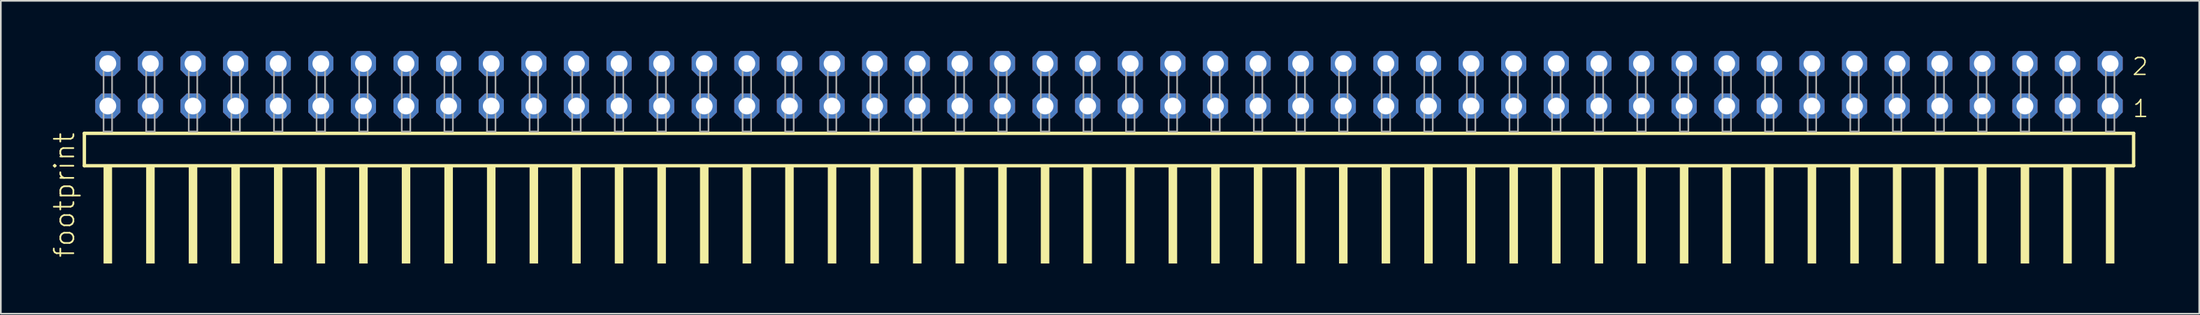
<source format=kicad_pcb>
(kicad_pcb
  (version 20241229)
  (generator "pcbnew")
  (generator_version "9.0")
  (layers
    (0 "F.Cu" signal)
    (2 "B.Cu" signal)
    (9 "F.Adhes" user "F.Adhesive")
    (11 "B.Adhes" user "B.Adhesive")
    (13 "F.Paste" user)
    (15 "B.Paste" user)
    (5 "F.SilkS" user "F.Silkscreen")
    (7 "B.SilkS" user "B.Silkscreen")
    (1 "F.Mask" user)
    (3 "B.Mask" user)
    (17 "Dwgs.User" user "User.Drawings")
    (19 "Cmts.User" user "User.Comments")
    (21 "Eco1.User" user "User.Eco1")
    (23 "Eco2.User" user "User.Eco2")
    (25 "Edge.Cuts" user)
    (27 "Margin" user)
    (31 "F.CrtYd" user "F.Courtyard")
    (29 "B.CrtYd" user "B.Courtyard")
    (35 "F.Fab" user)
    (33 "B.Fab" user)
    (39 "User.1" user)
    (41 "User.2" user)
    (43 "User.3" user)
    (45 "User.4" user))
  (footprint "footprint"
    (layer "F.Cu")
    (at 63.068 4.814)
    (property "Reference" "footprint" (at -61.595 7.62 90) (layer "F.SilkS") (effects (font (size 1.168 1.168) (thickness 0.102)) (justify left bottom)))
    (fp_line (start -61.089 0.106) (end -61.089 2.046) (stroke (width 0.203) (type solid)) (layer "F.SilkS"))
    (fp_line (start -61.089 2.046) (end 61.089 2.046) (stroke (width 0.203) (type solid)) (layer "F.SilkS"))
    (fp_line (start 61.089 0.106) (end -61.089 0.106) (stroke (width 0.203) (type solid)) (layer "F.SilkS"))
    (fp_line (start 61.089 2.046) (end 61.089 0.106) (stroke (width 0.203) (type solid)) (layer "F.SilkS"))
    (fp_poly (pts (xy -59.944 7.89) (xy -59.436 7.89) (xy -59.436 2.04) (xy -59.944 2.04)) (stroke (width 0) (type solid)) (fill yes) (layer "F.SilkS"))
    (fp_poly (pts (xy -57.404 7.89) (xy -56.896 7.89) (xy -56.896 2.04) (xy -57.404 2.04)) (stroke (width 0) (type solid)) (fill yes) (layer "F.SilkS"))
    (fp_poly (pts (xy -54.864 7.89) (xy -54.356 7.89) (xy -54.356 2.04) (xy -54.864 2.04)) (stroke (width 0) (type solid)) (fill yes) (layer "F.SilkS"))
    (fp_poly (pts (xy -52.324 7.89) (xy -51.816 7.89) (xy -51.816 2.04) (xy -52.324 2.04)) (stroke (width 0) (type solid)) (fill yes) (layer "F.SilkS"))
    (fp_poly (pts (xy -49.784 7.89) (xy -49.276 7.89) (xy -49.276 2.04) (xy -49.784 2.04)) (stroke (width 0) (type solid)) (fill yes) (layer "F.SilkS"))
    (fp_poly (pts (xy -47.244 7.89) (xy -46.736 7.89) (xy -46.736 2.04) (xy -47.244 2.04)) (stroke (width 0) (type solid)) (fill yes) (layer "F.SilkS"))
    (fp_poly (pts (xy -44.704 7.89) (xy -44.196 7.89) (xy -44.196 2.04) (xy -44.704 2.04)) (stroke (width 0) (type solid)) (fill yes) (layer "F.SilkS"))
    (fp_poly (pts (xy -42.164 7.89) (xy -41.656 7.89) (xy -41.656 2.04) (xy -42.164 2.04)) (stroke (width 0) (type solid)) (fill yes) (layer "F.SilkS"))
    (fp_poly (pts (xy -39.624 7.89) (xy -39.116 7.89) (xy -39.116 2.04) (xy -39.624 2.04)) (stroke (width 0) (type solid)) (fill yes) (layer "F.SilkS"))
    (fp_poly (pts (xy -37.084 7.89) (xy -36.576 7.89) (xy -36.576 2.04) (xy -37.084 2.04)) (stroke (width 0) (type solid)) (fill yes) (layer "F.SilkS"))
    (fp_poly (pts (xy -34.544 7.89) (xy -34.036 7.89) (xy -34.036 2.04) (xy -34.544 2.04)) (stroke (width 0) (type solid)) (fill yes) (layer "F.SilkS"))
    (fp_poly (pts (xy -32.004 7.89) (xy -31.496 7.89) (xy -31.496 2.04) (xy -32.004 2.04)) (stroke (width 0) (type solid)) (fill yes) (layer "F.SilkS"))
    (fp_poly (pts (xy -29.464 7.89) (xy -28.956 7.89) (xy -28.956 2.04) (xy -29.464 2.04)) (stroke (width 0) (type solid)) (fill yes) (layer "F.SilkS"))
    (fp_poly (pts (xy -26.924 7.89) (xy -26.416 7.89) (xy -26.416 2.04) (xy -26.924 2.04)) (stroke (width 0) (type solid)) (fill yes) (layer "F.SilkS"))
    (fp_poly (pts (xy -24.384 7.89) (xy -23.876 7.89) (xy -23.876 2.04) (xy -24.384 2.04)) (stroke (width 0) (type solid)) (fill yes) (layer "F.SilkS"))
    (fp_poly (pts (xy -21.844 7.89) (xy -21.336 7.89) (xy -21.336 2.04) (xy -21.844 2.04)) (stroke (width 0) (type solid)) (fill yes) (layer "F.SilkS"))
    (fp_poly (pts (xy -19.304 7.89) (xy -18.796 7.89) (xy -18.796 2.04) (xy -19.304 2.04)) (stroke (width 0) (type solid)) (fill yes) (layer "F.SilkS"))
    (fp_poly (pts (xy -16.764 7.89) (xy -16.256 7.89) (xy -16.256 2.04) (xy -16.764 2.04)) (stroke (width 0) (type solid)) (fill yes) (layer "F.SilkS"))
    (fp_poly (pts (xy -14.224 7.89) (xy -13.716 7.89) (xy -13.716 2.04) (xy -14.224 2.04)) (stroke (width 0) (type solid)) (fill yes) (layer "F.SilkS"))
    (fp_poly (pts (xy -11.684 7.89) (xy -11.176 7.89) (xy -11.176 2.04) (xy -11.684 2.04)) (stroke (width 0) (type solid)) (fill yes) (layer "F.SilkS"))
    (fp_poly (pts (xy -9.144 7.89) (xy -8.636 7.89) (xy -8.636 2.04) (xy -9.144 2.04)) (stroke (width 0) (type solid)) (fill yes) (layer "F.SilkS"))
    (fp_poly (pts (xy -6.604 7.89) (xy -6.096 7.89) (xy -6.096 2.04) (xy -6.604 2.04)) (stroke (width 0) (type solid)) (fill yes) (layer "F.SilkS"))
    (fp_poly (pts (xy -4.064 7.89) (xy -3.556 7.89) (xy -3.556 2.04) (xy -4.064 2.04)) (stroke (width 0) (type solid)) (fill yes) (layer "F.SilkS"))
    (fp_poly (pts (xy -1.524 7.89) (xy -1.016 7.89) (xy -1.016 2.04) (xy -1.524 2.04)) (stroke (width 0) (type solid)) (fill yes) (layer "F.SilkS"))
    (fp_poly (pts (xy 1.016 7.89) (xy 1.524 7.89) (xy 1.524 2.04) (xy 1.016 2.04)) (stroke (width 0) (type solid)) (fill yes) (layer "F.SilkS"))
    (fp_poly (pts (xy 3.556 7.89) (xy 4.064 7.89) (xy 4.064 2.04) (xy 3.556 2.04)) (stroke (width 0) (type solid)) (fill yes) (layer "F.SilkS"))
    (fp_poly (pts (xy 6.096 7.89) (xy 6.604 7.89) (xy 6.604 2.04) (xy 6.096 2.04)) (stroke (width 0) (type solid)) (fill yes) (layer "F.SilkS"))
    (fp_poly (pts (xy 8.636 7.89) (xy 9.144 7.89) (xy 9.144 2.04) (xy 8.636 2.04)) (stroke (width 0) (type solid)) (fill yes) (layer "F.SilkS"))
    (fp_poly (pts (xy 11.176 7.89) (xy 11.684 7.89) (xy 11.684 2.04) (xy 11.176 2.04)) (stroke (width 0) (type solid)) (fill yes) (layer "F.SilkS"))
    (fp_poly (pts (xy 13.716 7.89) (xy 14.224 7.89) (xy 14.224 2.04) (xy 13.716 2.04)) (stroke (width 0) (type solid)) (fill yes) (layer "F.SilkS"))
    (fp_poly (pts (xy 16.256 7.89) (xy 16.764 7.89) (xy 16.764 2.04) (xy 16.256 2.04)) (stroke (width 0) (type solid)) (fill yes) (layer "F.SilkS"))
    (fp_poly (pts (xy 18.796 7.89) (xy 19.304 7.89) (xy 19.304 2.04) (xy 18.796 2.04)) (stroke (width 0) (type solid)) (fill yes) (layer "F.SilkS"))
    (fp_poly (pts (xy 21.336 7.89) (xy 21.844 7.89) (xy 21.844 2.04) (xy 21.336 2.04)) (stroke (width 0) (type solid)) (fill yes) (layer "F.SilkS"))
    (fp_poly (pts (xy 23.876 7.89) (xy 24.384 7.89) (xy 24.384 2.04) (xy 23.876 2.04)) (stroke (width 0) (type solid)) (fill yes) (layer "F.SilkS"))
    (fp_poly (pts (xy 26.416 7.89) (xy 26.924 7.89) (xy 26.924 2.04) (xy 26.416 2.04)) (stroke (width 0) (type solid)) (fill yes) (layer "F.SilkS"))
    (fp_poly (pts (xy 28.956 7.89) (xy 29.464 7.89) (xy 29.464 2.04) (xy 28.956 2.04)) (stroke (width 0) (type solid)) (fill yes) (layer "F.SilkS"))
    (fp_poly (pts (xy 31.496 7.89) (xy 32.004 7.89) (xy 32.004 2.04) (xy 31.496 2.04)) (stroke (width 0) (type solid)) (fill yes) (layer "F.SilkS"))
    (fp_poly (pts (xy 34.036 7.89) (xy 34.544 7.89) (xy 34.544 2.04) (xy 34.036 2.04)) (stroke (width 0) (type solid)) (fill yes) (layer "F.SilkS"))
    (fp_poly (pts (xy 36.576 7.89) (xy 37.084 7.89) (xy 37.084 2.04) (xy 36.576 2.04)) (stroke (width 0) (type solid)) (fill yes) (layer "F.SilkS"))
    (fp_poly (pts (xy 39.116 7.89) (xy 39.624 7.89) (xy 39.624 2.04) (xy 39.116 2.04)) (stroke (width 0) (type solid)) (fill yes) (layer "F.SilkS"))
    (fp_poly (pts (xy 41.656 7.89) (xy 42.164 7.89) (xy 42.164 2.04) (xy 41.656 2.04)) (stroke (width 0) (type solid)) (fill yes) (layer "F.SilkS"))
    (fp_poly (pts (xy 44.196 7.89) (xy 44.704 7.89) (xy 44.704 2.04) (xy 44.196 2.04)) (stroke (width 0) (type solid)) (fill yes) (layer "F.SilkS"))
    (fp_poly (pts (xy 46.736 7.89) (xy 47.244 7.89) (xy 47.244 2.04) (xy 46.736 2.04)) (stroke (width 0) (type solid)) (fill yes) (layer "F.SilkS"))
    (fp_poly (pts (xy 49.276 7.89) (xy 49.784 7.89) (xy 49.784 2.04) (xy 49.276 2.04)) (stroke (width 0) (type solid)) (fill yes) (layer "F.SilkS"))
    (fp_poly (pts (xy 51.816 7.89) (xy 52.324 7.89) (xy 52.324 2.04) (xy 51.816 2.04)) (stroke (width 0) (type solid)) (fill yes) (layer "F.SilkS"))
    (fp_poly (pts (xy 54.356 7.89) (xy 54.864 7.89) (xy 54.864 2.04) (xy 54.356 2.04)) (stroke (width 0) (type solid)) (fill yes) (layer "F.SilkS"))
    (fp_poly (pts (xy 56.896 7.89) (xy 57.404 7.89) (xy 57.404 2.04) (xy 56.896 2.04)) (stroke (width 0) (type solid)) (fill yes) (layer "F.SilkS"))
    (fp_poly (pts (xy 59.436 7.89) (xy 59.944 7.89) (xy 59.944 2.04) (xy 59.436 2.04)) (stroke (width 0) (type solid)) (fill yes) (layer "F.SilkS"))
    (fp_poly (pts (xy -59.944 0) (xy -59.436 0) (xy -59.436 -4.318) (xy -59.944 -4.318)) (stroke (width 0.1) (type solid)) (fill no) (layer "F.Fab"))
    (fp_poly (pts (xy -57.404 0) (xy -56.896 0) (xy -56.896 -4.318) (xy -57.404 -4.318)) (stroke (width 0.1) (type solid)) (fill no) (layer "F.Fab"))
    (fp_poly (pts (xy -54.864 0) (xy -54.356 0) (xy -54.356 -4.318) (xy -54.864 -4.318)) (stroke (width 0.1) (type solid)) (fill no) (layer "F.Fab"))
    (fp_poly (pts (xy -52.324 0) (xy -51.816 0) (xy -51.816 -4.318) (xy -52.324 -4.318)) (stroke (width 0.1) (type solid)) (fill no) (layer "F.Fab"))
    (fp_poly (pts (xy -49.784 0) (xy -49.276 0) (xy -49.276 -4.318) (xy -49.784 -4.318)) (stroke (width 0.1) (type solid)) (fill no) (layer "F.Fab"))
    (fp_poly (pts (xy -47.244 0) (xy -46.736 0) (xy -46.736 -4.318) (xy -47.244 -4.318)) (stroke (width 0.1) (type solid)) (fill no) (layer "F.Fab"))
    (fp_poly (pts (xy -44.704 0) (xy -44.196 0) (xy -44.196 -4.318) (xy -44.704 -4.318)) (stroke (width 0.1) (type solid)) (fill no) (layer "F.Fab"))
    (fp_poly (pts (xy -42.164 0) (xy -41.656 0) (xy -41.656 -4.318) (xy -42.164 -4.318)) (stroke (width 0.1) (type solid)) (fill no) (layer "F.Fab"))
    (fp_poly (pts (xy -39.624 0) (xy -39.116 0) (xy -39.116 -4.318) (xy -39.624 -4.318)) (stroke (width 0.1) (type solid)) (fill no) (layer "F.Fab"))
    (fp_poly (pts (xy -37.084 0) (xy -36.576 0) (xy -36.576 -4.318) (xy -37.084 -4.318)) (stroke (width 0.1) (type solid)) (fill no) (layer "F.Fab"))
    (fp_poly (pts (xy -34.544 0) (xy -34.036 0) (xy -34.036 -4.318) (xy -34.544 -4.318)) (stroke (width 0.1) (type solid)) (fill no) (layer "F.Fab"))
    (fp_poly (pts (xy -32.004 0) (xy -31.496 0) (xy -31.496 -4.318) (xy -32.004 -4.318)) (stroke (width 0.1) (type solid)) (fill no) (layer "F.Fab"))
    (fp_poly (pts (xy -29.464 0) (xy -28.956 0) (xy -28.956 -4.318) (xy -29.464 -4.318)) (stroke (width 0.1) (type solid)) (fill no) (layer "F.Fab"))
    (fp_poly (pts (xy -26.924 0) (xy -26.416 0) (xy -26.416 -4.318) (xy -26.924 -4.318)) (stroke (width 0.1) (type solid)) (fill no) (layer "F.Fab"))
    (fp_poly (pts (xy -24.384 0) (xy -23.876 0) (xy -23.876 -4.318) (xy -24.384 -4.318)) (stroke (width 0.1) (type solid)) (fill no) (layer "F.Fab"))
    (fp_poly (pts (xy -21.844 0) (xy -21.336 0) (xy -21.336 -4.318) (xy -21.844 -4.318)) (stroke (width 0.1) (type solid)) (fill no) (layer "F.Fab"))
    (fp_poly (pts (xy -19.304 0) (xy -18.796 0) (xy -18.796 -4.318) (xy -19.304 -4.318)) (stroke (width 0.1) (type solid)) (fill no) (layer "F.Fab"))
    (fp_poly (pts (xy -16.764 0) (xy -16.256 0) (xy -16.256 -4.318) (xy -16.764 -4.318)) (stroke (width 0.1) (type solid)) (fill no) (layer "F.Fab"))
    (fp_poly (pts (xy -14.224 0) (xy -13.716 0) (xy -13.716 -4.318) (xy -14.224 -4.318)) (stroke (width 0.1) (type solid)) (fill no) (layer "F.Fab"))
    (fp_poly (pts (xy -11.684 0) (xy -11.176 0) (xy -11.176 -4.318) (xy -11.684 -4.318)) (stroke (width 0.1) (type solid)) (fill no) (layer "F.Fab"))
    (fp_poly (pts (xy -9.144 0) (xy -8.636 0) (xy -8.636 -4.318) (xy -9.144 -4.318)) (stroke (width 0.1) (type solid)) (fill no) (layer "F.Fab"))
    (fp_poly (pts (xy -6.604 0) (xy -6.096 0) (xy -6.096 -4.318) (xy -6.604 -4.318)) (stroke (width 0.1) (type solid)) (fill no) (layer "F.Fab"))
    (fp_poly (pts (xy -4.064 0) (xy -3.556 0) (xy -3.556 -4.318) (xy -4.064 -4.318)) (stroke (width 0.1) (type solid)) (fill no) (layer "F.Fab"))
    (fp_poly (pts (xy -1.524 0) (xy -1.016 0) (xy -1.016 -4.318) (xy -1.524 -4.318)) (stroke (width 0.1) (type solid)) (fill no) (layer "F.Fab"))
    (fp_poly (pts (xy 1.016 0) (xy 1.524 0) (xy 1.524 -4.318) (xy 1.016 -4.318)) (stroke (width 0.1) (type solid)) (fill no) (layer "F.Fab"))
    (fp_poly (pts (xy 3.556 0) (xy 4.064 0) (xy 4.064 -4.318) (xy 3.556 -4.318)) (stroke (width 0.1) (type solid)) (fill no) (layer "F.Fab"))
    (fp_poly (pts (xy 6.096 0) (xy 6.604 0) (xy 6.604 -4.318) (xy 6.096 -4.318)) (stroke (width 0.1) (type solid)) (fill no) (layer "F.Fab"))
    (fp_poly (pts (xy 8.636 0) (xy 9.144 0) (xy 9.144 -4.318) (xy 8.636 -4.318)) (stroke (width 0.1) (type solid)) (fill no) (layer "F.Fab"))
    (fp_poly (pts (xy 11.176 0) (xy 11.684 0) (xy 11.684 -4.318) (xy 11.176 -4.318)) (stroke (width 0.1) (type solid)) (fill no) (layer "F.Fab"))
    (fp_poly (pts (xy 13.716 0) (xy 14.224 0) (xy 14.224 -4.318) (xy 13.716 -4.318)) (stroke (width 0.1) (type solid)) (fill no) (layer "F.Fab"))
    (fp_poly (pts (xy 16.256 0) (xy 16.764 0) (xy 16.764 -4.318) (xy 16.256 -4.318)) (stroke (width 0.1) (type solid)) (fill no) (layer "F.Fab"))
    (fp_poly (pts (xy 18.796 0) (xy 19.304 0) (xy 19.304 -4.318) (xy 18.796 -4.318)) (stroke (width 0.1) (type solid)) (fill no) (layer "F.Fab"))
    (fp_poly (pts (xy 21.336 0) (xy 21.844 0) (xy 21.844 -4.318) (xy 21.336 -4.318)) (stroke (width 0.1) (type solid)) (fill no) (layer "F.Fab"))
    (fp_poly (pts (xy 23.876 0) (xy 24.384 0) (xy 24.384 -4.318) (xy 23.876 -4.318)) (stroke (width 0.1) (type solid)) (fill no) (layer "F.Fab"))
    (fp_poly (pts (xy 26.416 0) (xy 26.924 0) (xy 26.924 -4.318) (xy 26.416 -4.318)) (stroke (width 0.1) (type solid)) (fill no) (layer "F.Fab"))
    (fp_poly (pts (xy 28.956 0) (xy 29.464 0) (xy 29.464 -4.318) (xy 28.956 -4.318)) (stroke (width 0.1) (type solid)) (fill no) (layer "F.Fab"))
    (fp_poly (pts (xy 31.496 0) (xy 32.004 0) (xy 32.004 -4.318) (xy 31.496 -4.318)) (stroke (width 0.1) (type solid)) (fill no) (layer "F.Fab"))
    (fp_poly (pts (xy 34.036 0) (xy 34.544 0) (xy 34.544 -4.318) (xy 34.036 -4.318)) (stroke (width 0.1) (type solid)) (fill no) (layer "F.Fab"))
    (fp_poly (pts (xy 36.576 0) (xy 37.084 0) (xy 37.084 -4.318) (xy 36.576 -4.318)) (stroke (width 0.1) (type solid)) (fill no) (layer "F.Fab"))
    (fp_poly (pts (xy 39.116 0) (xy 39.624 0) (xy 39.624 -4.318) (xy 39.116 -4.318)) (stroke (width 0.1) (type solid)) (fill no) (layer "F.Fab"))
    (fp_poly (pts (xy 41.656 0) (xy 42.164 0) (xy 42.164 -4.318) (xy 41.656 -4.318)) (stroke (width 0.1) (type solid)) (fill no) (layer "F.Fab"))
    (fp_poly (pts (xy 44.196 0) (xy 44.704 0) (xy 44.704 -4.318) (xy 44.196 -4.318)) (stroke (width 0.1) (type solid)) (fill no) (layer "F.Fab"))
    (fp_poly (pts (xy 46.736 0) (xy 47.244 0) (xy 47.244 -4.318) (xy 46.736 -4.318)) (stroke (width 0.1) (type solid)) (fill no) (layer "F.Fab"))
    (fp_poly (pts (xy 49.276 0) (xy 49.784 0) (xy 49.784 -4.318) (xy 49.276 -4.318)) (stroke (width 0.1) (type solid)) (fill no) (layer "F.Fab"))
    (fp_poly (pts (xy 51.816 0) (xy 52.324 0) (xy 52.324 -4.318) (xy 51.816 -4.318)) (stroke (width 0.1) (type solid)) (fill no) (layer "F.Fab"))
    (fp_poly (pts (xy 54.356 0) (xy 54.864 0) (xy 54.864 -4.318) (xy 54.356 -4.318)) (stroke (width 0.1) (type solid)) (fill no) (layer "F.Fab"))
    (fp_poly (pts (xy 56.896 0) (xy 57.404 0) (xy 57.404 -4.318) (xy 56.896 -4.318)) (stroke (width 0.1) (type solid)) (fill no) (layer "F.Fab"))
    (fp_poly (pts (xy 59.436 0) (xy 59.944 0) (xy 59.944 -4.318) (xy 59.436 -4.318)) (stroke (width 0.1) (type solid)) (fill no) (layer "F.Fab"))
    (fp_text user "1" (at 60.975 -0.775 0) (layer "F.SilkS") (effects (font (size 1.012 1.012) (thickness 0.088)) (justify left bottom)))
    (fp_text user "2" (at 60.94 -3.29 0) (layer "F.SilkS") (effects (font (size 1.012 1.012) (thickness 0.088)) (justify left bottom)))
    (pad "1" thru_hole roundrect (at 59.69 -1.524 180) (size 1.5 1.5) (drill 1) (layers "*.Cu" "*.Mask") (roundrect_rratio 0.25) (chamfer_ratio 0.25) (chamfer top_left top_right bottom_left bottom_right))
    (pad "2" thru_hole roundrect (at 59.69 -4.064 180) (size 1.5 1.5) (drill 1) (layers "*.Cu" "*.Mask") (roundrect_rratio 0.25) (chamfer_ratio 0.25) (chamfer top_left top_right bottom_left bottom_right))
    (pad "3" thru_hole roundrect (at 57.15 -1.524 180) (size 1.5 1.5) (drill 1) (layers "*.Cu" "*.Mask") (roundrect_rratio 0.25) (chamfer_ratio 0.25) (chamfer top_left top_right bottom_left bottom_right))
    (pad "4" thru_hole roundrect (at 57.15 -4.064 180) (size 1.5 1.5) (drill 1) (layers "*.Cu" "*.Mask") (roundrect_rratio 0.25) (chamfer_ratio 0.25) (chamfer top_left top_right bottom_left bottom_right))
    (pad "5" thru_hole roundrect (at 54.61 -1.524 180) (size 1.5 1.5) (drill 1) (layers "*.Cu" "*.Mask") (roundrect_rratio 0.25) (chamfer_ratio 0.25) (chamfer top_left top_right bottom_left bottom_right))
    (pad "6" thru_hole roundrect (at 54.61 -4.064 180) (size 1.5 1.5) (drill 1) (layers "*.Cu" "*.Mask") (roundrect_rratio 0.25) (chamfer_ratio 0.25) (chamfer top_left top_right bottom_left bottom_right))
    (pad "7" thru_hole roundrect (at 52.07 -1.524 180) (size 1.5 1.5) (drill 1) (layers "*.Cu" "*.Mask") (roundrect_rratio 0.25) (chamfer_ratio 0.25) (chamfer top_left top_right bottom_left bottom_right))
    (pad "8" thru_hole roundrect (at 52.07 -4.064 180) (size 1.5 1.5) (drill 1) (layers "*.Cu" "*.Mask") (roundrect_rratio 0.25) (chamfer_ratio 0.25) (chamfer top_left top_right bottom_left bottom_right))
    (pad "9" thru_hole roundrect (at 49.53 -1.524 180) (size 1.5 1.5) (drill 1) (layers "*.Cu" "*.Mask") (roundrect_rratio 0.25) (chamfer_ratio 0.25) (chamfer top_left top_right bottom_left bottom_right))
    (pad "10" thru_hole roundrect (at 49.53 -4.064 180) (size 1.5 1.5) (drill 1) (layers "*.Cu" "*.Mask") (roundrect_rratio 0.25) (chamfer_ratio 0.25) (chamfer top_left top_right bottom_left bottom_right))
    (pad "11" thru_hole roundrect (at 46.99 -1.524 180) (size 1.5 1.5) (drill 1) (layers "*.Cu" "*.Mask") (roundrect_rratio 0.25) (chamfer_ratio 0.25) (chamfer top_left top_right bottom_left bottom_right))
    (pad "12" thru_hole roundrect (at 46.99 -4.064 180) (size 1.5 1.5) (drill 1) (layers "*.Cu" "*.Mask") (roundrect_rratio 0.25) (chamfer_ratio 0.25) (chamfer top_left top_right bottom_left bottom_right))
    (pad "13" thru_hole roundrect (at 44.45 -1.524 180) (size 1.5 1.5) (drill 1) (layers "*.Cu" "*.Mask") (roundrect_rratio 0.25) (chamfer_ratio 0.25) (chamfer top_left top_right bottom_left bottom_right))
    (pad "14" thru_hole roundrect (at 44.45 -4.064 180) (size 1.5 1.5) (drill 1) (layers "*.Cu" "*.Mask") (roundrect_rratio 0.25) (chamfer_ratio 0.25) (chamfer top_left top_right bottom_left bottom_right))
    (pad "15" thru_hole roundrect (at 41.91 -1.524 180) (size 1.5 1.5) (drill 1) (layers "*.Cu" "*.Mask") (roundrect_rratio 0.25) (chamfer_ratio 0.25) (chamfer top_left top_right bottom_left bottom_right))
    (pad "16" thru_hole roundrect (at 41.91 -4.064 180) (size 1.5 1.5) (drill 1) (layers "*.Cu" "*.Mask") (roundrect_rratio 0.25) (chamfer_ratio 0.25) (chamfer top_left top_right bottom_left bottom_right))
    (pad "17" thru_hole roundrect (at 39.37 -1.524 180) (size 1.5 1.5) (drill 1) (layers "*.Cu" "*.Mask") (roundrect_rratio 0.25) (chamfer_ratio 0.25) (chamfer top_left top_right bottom_left bottom_right))
    (pad "18" thru_hole roundrect (at 39.37 -4.064 180) (size 1.5 1.5) (drill 1) (layers "*.Cu" "*.Mask") (roundrect_rratio 0.25) (chamfer_ratio 0.25) (chamfer top_left top_right bottom_left bottom_right))
    (pad "19" thru_hole roundrect (at 36.83 -1.524 180) (size 1.5 1.5) (drill 1) (layers "*.Cu" "*.Mask") (roundrect_rratio 0.25) (chamfer_ratio 0.25) (chamfer top_left top_right bottom_left bottom_right))
    (pad "20" thru_hole roundrect (at 36.83 -4.064 180) (size 1.5 1.5) (drill 1) (layers "*.Cu" "*.Mask") (roundrect_rratio 0.25) (chamfer_ratio 0.25) (chamfer top_left top_right bottom_left bottom_right))
    (pad "21" thru_hole roundrect (at 34.29 -1.524 180) (size 1.5 1.5) (drill 1) (layers "*.Cu" "*.Mask") (roundrect_rratio 0.25) (chamfer_ratio 0.25) (chamfer top_left top_right bottom_left bottom_right))
    (pad "22" thru_hole roundrect (at 34.29 -4.064 180) (size 1.5 1.5) (drill 1) (layers "*.Cu" "*.Mask") (roundrect_rratio 0.25) (chamfer_ratio 0.25) (chamfer top_left top_right bottom_left bottom_right))
    (pad "23" thru_hole roundrect (at 31.75 -1.524 180) (size 1.5 1.5) (drill 1) (layers "*.Cu" "*.Mask") (roundrect_rratio 0.25) (chamfer_ratio 0.25) (chamfer top_left top_right bottom_left bottom_right))
    (pad "24" thru_hole roundrect (at 31.75 -4.064 180) (size 1.5 1.5) (drill 1) (layers "*.Cu" "*.Mask") (roundrect_rratio 0.25) (chamfer_ratio 0.25) (chamfer top_left top_right bottom_left bottom_right))
    (pad "25" thru_hole roundrect (at 29.21 -1.524 180) (size 1.5 1.5) (drill 1) (layers "*.Cu" "*.Mask") (roundrect_rratio 0.25) (chamfer_ratio 0.25) (chamfer top_left top_right bottom_left bottom_right))
    (pad "26" thru_hole roundrect (at 29.21 -4.064 180) (size 1.5 1.5) (drill 1) (layers "*.Cu" "*.Mask") (roundrect_rratio 0.25) (chamfer_ratio 0.25) (chamfer top_left top_right bottom_left bottom_right))
    (pad "27" thru_hole roundrect (at 26.67 -1.524 180) (size 1.5 1.5) (drill 1) (layers "*.Cu" "*.Mask") (roundrect_rratio 0.25) (chamfer_ratio 0.25) (chamfer top_left top_right bottom_left bottom_right))
    (pad "28" thru_hole roundrect (at 26.67 -4.064 180) (size 1.5 1.5) (drill 1) (layers "*.Cu" "*.Mask") (roundrect_rratio 0.25) (chamfer_ratio 0.25) (chamfer top_left top_right bottom_left bottom_right))
    (pad "29" thru_hole roundrect (at 24.13 -1.524 180) (size 1.5 1.5) (drill 1) (layers "*.Cu" "*.Mask") (roundrect_rratio 0.25) (chamfer_ratio 0.25) (chamfer top_left top_right bottom_left bottom_right))
    (pad "30" thru_hole roundrect (at 24.13 -4.064 180) (size 1.5 1.5) (drill 1) (layers "*.Cu" "*.Mask") (roundrect_rratio 0.25) (chamfer_ratio 0.25) (chamfer top_left top_right bottom_left bottom_right))
    (pad "31" thru_hole roundrect (at 21.59 -1.524 180) (size 1.5 1.5) (drill 1) (layers "*.Cu" "*.Mask") (roundrect_rratio 0.25) (chamfer_ratio 0.25) (chamfer top_left top_right bottom_left bottom_right))
    (pad "32" thru_hole roundrect (at 21.59 -4.064 180) (size 1.5 1.5) (drill 1) (layers "*.Cu" "*.Mask") (roundrect_rratio 0.25) (chamfer_ratio 0.25) (chamfer top_left top_right bottom_left bottom_right))
    (pad "33" thru_hole roundrect (at 19.05 -1.524 180) (size 1.5 1.5) (drill 1) (layers "*.Cu" "*.Mask") (roundrect_rratio 0.25) (chamfer_ratio 0.25) (chamfer top_left top_right bottom_left bottom_right))
    (pad "34" thru_hole roundrect (at 19.05 -4.064 180) (size 1.5 1.5) (drill 1) (layers "*.Cu" "*.Mask") (roundrect_rratio 0.25) (chamfer_ratio 0.25) (chamfer top_left top_right bottom_left bottom_right))
    (pad "35" thru_hole roundrect (at 16.51 -1.524 180) (size 1.5 1.5) (drill 1) (layers "*.Cu" "*.Mask") (roundrect_rratio 0.25) (chamfer_ratio 0.25) (chamfer top_left top_right bottom_left bottom_right))
    (pad "36" thru_hole roundrect (at 16.51 -4.064 180) (size 1.5 1.5) (drill 1) (layers "*.Cu" "*.Mask") (roundrect_rratio 0.25) (chamfer_ratio 0.25) (chamfer top_left top_right bottom_left bottom_right))
    (pad "37" thru_hole roundrect (at 13.97 -1.524 180) (size 1.5 1.5) (drill 1) (layers "*.Cu" "*.Mask") (roundrect_rratio 0.25) (chamfer_ratio 0.25) (chamfer top_left top_right bottom_left bottom_right))
    (pad "38" thru_hole roundrect (at 13.97 -4.064 180) (size 1.5 1.5) (drill 1) (layers "*.Cu" "*.Mask") (roundrect_rratio 0.25) (chamfer_ratio 0.25) (chamfer top_left top_right bottom_left bottom_right))
    (pad "39" thru_hole roundrect (at 11.43 -1.524 180) (size 1.5 1.5) (drill 1) (layers "*.Cu" "*.Mask") (roundrect_rratio 0.25) (chamfer_ratio 0.25) (chamfer top_left top_right bottom_left bottom_right))
    (pad "40" thru_hole roundrect (at 11.43 -4.064 180) (size 1.5 1.5) (drill 1) (layers "*.Cu" "*.Mask") (roundrect_rratio 0.25) (chamfer_ratio 0.25) (chamfer top_left top_right bottom_left bottom_right))
    (pad "41" thru_hole roundrect (at 8.89 -1.524 180) (size 1.5 1.5) (drill 1) (layers "*.Cu" "*.Mask") (roundrect_rratio 0.25) (chamfer_ratio 0.25) (chamfer top_left top_right bottom_left bottom_right))
    (pad "42" thru_hole roundrect (at 8.89 -4.064 180) (size 1.5 1.5) (drill 1) (layers "*.Cu" "*.Mask") (roundrect_rratio 0.25) (chamfer_ratio 0.25) (chamfer top_left top_right bottom_left bottom_right))
    (pad "43" thru_hole roundrect (at 6.35 -1.524 180) (size 1.5 1.5) (drill 1) (layers "*.Cu" "*.Mask") (roundrect_rratio 0.25) (chamfer_ratio 0.25) (chamfer top_left top_right bottom_left bottom_right))
    (pad "44" thru_hole roundrect (at 6.35 -4.064 180) (size 1.5 1.5) (drill 1) (layers "*.Cu" "*.Mask") (roundrect_rratio 0.25) (chamfer_ratio 0.25) (chamfer top_left top_right bottom_left bottom_right))
    (pad "45" thru_hole roundrect (at 3.81 -1.524 180) (size 1.5 1.5) (drill 1) (layers "*.Cu" "*.Mask") (roundrect_rratio 0.25) (chamfer_ratio 0.25) (chamfer top_left top_right bottom_left bottom_right))
    (pad "46" thru_hole roundrect (at 3.81 -4.064 180) (size 1.5 1.5) (drill 1) (layers "*.Cu" "*.Mask") (roundrect_rratio 0.25) (chamfer_ratio 0.25) (chamfer top_left top_right bottom_left bottom_right))
    (pad "47" thru_hole roundrect (at 1.27 -1.524 180) (size 1.5 1.5) (drill 1) (layers "*.Cu" "*.Mask") (roundrect_rratio 0.25) (chamfer_ratio 0.25) (chamfer top_left top_right bottom_left bottom_right))
    (pad "48" thru_hole roundrect (at 1.27 -4.064 180) (size 1.5 1.5) (drill 1) (layers "*.Cu" "*.Mask") (roundrect_rratio 0.25) (chamfer_ratio 0.25) (chamfer top_left top_right bottom_left bottom_right))
    (pad "49" thru_hole roundrect (at -1.27 -1.524 180) (size 1.5 1.5) (drill 1) (layers "*.Cu" "*.Mask") (roundrect_rratio 0.25) (chamfer_ratio 0.25) (chamfer top_left top_right bottom_left bottom_right))
    (pad "50" thru_hole roundrect (at -1.27 -4.064 180) (size 1.5 1.5) (drill 1) (layers "*.Cu" "*.Mask") (roundrect_rratio 0.25) (chamfer_ratio 0.25) (chamfer top_left top_right bottom_left bottom_right))
    (pad "51" thru_hole roundrect (at -3.81 -1.524 180) (size 1.5 1.5) (drill 1) (layers "*.Cu" "*.Mask") (roundrect_rratio 0.25) (chamfer_ratio 0.25) (chamfer top_left top_right bottom_left bottom_right))
    (pad "52" thru_hole roundrect (at -3.81 -4.064 180) (size 1.5 1.5) (drill 1) (layers "*.Cu" "*.Mask") (roundrect_rratio 0.25) (chamfer_ratio 0.25) (chamfer top_left top_right bottom_left bottom_right))
    (pad "53" thru_hole roundrect (at -6.35 -1.524 180) (size 1.5 1.5) (drill 1) (layers "*.Cu" "*.Mask") (roundrect_rratio 0.25) (chamfer_ratio 0.25) (chamfer top_left top_right bottom_left bottom_right))
    (pad "54" thru_hole roundrect (at -6.35 -4.064 180) (size 1.5 1.5) (drill 1) (layers "*.Cu" "*.Mask") (roundrect_rratio 0.25) (chamfer_ratio 0.25) (chamfer top_left top_right bottom_left bottom_right))
    (pad "55" thru_hole roundrect (at -8.89 -1.524 180) (size 1.5 1.5) (drill 1) (layers "*.Cu" "*.Mask") (roundrect_rratio 0.25) (chamfer_ratio 0.25) (chamfer top_left top_right bottom_left bottom_right))
    (pad "56" thru_hole roundrect (at -8.89 -4.064 180) (size 1.5 1.5) (drill 1) (layers "*.Cu" "*.Mask") (roundrect_rratio 0.25) (chamfer_ratio 0.25) (chamfer top_left top_right bottom_left bottom_right))
    (pad "57" thru_hole roundrect (at -11.43 -1.524 180) (size 1.5 1.5) (drill 1) (layers "*.Cu" "*.Mask") (roundrect_rratio 0.25) (chamfer_ratio 0.25) (chamfer top_left top_right bottom_left bottom_right))
    (pad "58" thru_hole roundrect (at -11.43 -4.064 180) (size 1.5 1.5) (drill 1) (layers "*.Cu" "*.Mask") (roundrect_rratio 0.25) (chamfer_ratio 0.25) (chamfer top_left top_right bottom_left bottom_right))
    (pad "59" thru_hole roundrect (at -13.97 -1.524 180) (size 1.5 1.5) (drill 1) (layers "*.Cu" "*.Mask") (roundrect_rratio 0.25) (chamfer_ratio 0.25) (chamfer top_left top_right bottom_left bottom_right))
    (pad "60" thru_hole roundrect (at -13.97 -4.064 180) (size 1.5 1.5) (drill 1) (layers "*.Cu" "*.Mask") (roundrect_rratio 0.25) (chamfer_ratio 0.25) (chamfer top_left top_right bottom_left bottom_right))
    (pad "61" thru_hole roundrect (at -16.51 -1.524 180) (size 1.5 1.5) (drill 1) (layers "*.Cu" "*.Mask") (roundrect_rratio 0.25) (chamfer_ratio 0.25) (chamfer top_left top_right bottom_left bottom_right))
    (pad "62" thru_hole roundrect (at -16.51 -4.064 180) (size 1.5 1.5) (drill 1) (layers "*.Cu" "*.Mask") (roundrect_rratio 0.25) (chamfer_ratio 0.25) (chamfer top_left top_right bottom_left bottom_right))
    (pad "63" thru_hole roundrect (at -19.05 -1.524 180) (size 1.5 1.5) (drill 1) (layers "*.Cu" "*.Mask") (roundrect_rratio 0.25) (chamfer_ratio 0.25) (chamfer top_left top_right bottom_left bottom_right))
    (pad "64" thru_hole roundrect (at -19.05 -4.064 180) (size 1.5 1.5) (drill 1) (layers "*.Cu" "*.Mask") (roundrect_rratio 0.25) (chamfer_ratio 0.25) (chamfer top_left top_right bottom_left bottom_right))
    (pad "65" thru_hole roundrect (at -21.59 -1.524 180) (size 1.5 1.5) (drill 1) (layers "*.Cu" "*.Mask") (roundrect_rratio 0.25) (chamfer_ratio 0.25) (chamfer top_left top_right bottom_left bottom_right))
    (pad "66" thru_hole roundrect (at -21.59 -4.064 180) (size 1.5 1.5) (drill 1) (layers "*.Cu" "*.Mask") (roundrect_rratio 0.25) (chamfer_ratio 0.25) (chamfer top_left top_right bottom_left bottom_right))
    (pad "67" thru_hole roundrect (at -24.13 -1.524 180) (size 1.5 1.5) (drill 1) (layers "*.Cu" "*.Mask") (roundrect_rratio 0.25) (chamfer_ratio 0.25) (chamfer top_left top_right bottom_left bottom_right))
    (pad "68" thru_hole roundrect (at -24.13 -4.064 180) (size 1.5 1.5) (drill 1) (layers "*.Cu" "*.Mask") (roundrect_rratio 0.25) (chamfer_ratio 0.25) (chamfer top_left top_right bottom_left bottom_right))
    (pad "69" thru_hole roundrect (at -26.67 -1.524 180) (size 1.5 1.5) (drill 1) (layers "*.Cu" "*.Mask") (roundrect_rratio 0.25) (chamfer_ratio 0.25) (chamfer top_left top_right bottom_left bottom_right))
    (pad "70" thru_hole roundrect (at -26.67 -4.064 180) (size 1.5 1.5) (drill 1) (layers "*.Cu" "*.Mask") (roundrect_rratio 0.25) (chamfer_ratio 0.25) (chamfer top_left top_right bottom_left bottom_right))
    (pad "71" thru_hole roundrect (at -29.21 -1.524 180) (size 1.5 1.5) (drill 1) (layers "*.Cu" "*.Mask") (roundrect_rratio 0.25) (chamfer_ratio 0.25) (chamfer top_left top_right bottom_left bottom_right))
    (pad "72" thru_hole roundrect (at -29.21 -4.064 180) (size 1.5 1.5) (drill 1) (layers "*.Cu" "*.Mask") (roundrect_rratio 0.25) (chamfer_ratio 0.25) (chamfer top_left top_right bottom_left bottom_right))
    (pad "73" thru_hole roundrect (at -31.75 -1.524 180) (size 1.5 1.5) (drill 1) (layers "*.Cu" "*.Mask") (roundrect_rratio 0.25) (chamfer_ratio 0.25) (chamfer top_left top_right bottom_left bottom_right))
    (pad "74" thru_hole roundrect (at -31.75 -4.064 180) (size 1.5 1.5) (drill 1) (layers "*.Cu" "*.Mask") (roundrect_rratio 0.25) (chamfer_ratio 0.25) (chamfer top_left top_right bottom_left bottom_right))
    (pad "75" thru_hole roundrect (at -34.29 -1.524 180) (size 1.5 1.5) (drill 1) (layers "*.Cu" "*.Mask") (roundrect_rratio 0.25) (chamfer_ratio 0.25) (chamfer top_left top_right bottom_left bottom_right))
    (pad "76" thru_hole roundrect (at -34.29 -4.064 180) (size 1.5 1.5) (drill 1) (layers "*.Cu" "*.Mask") (roundrect_rratio 0.25) (chamfer_ratio 0.25) (chamfer top_left top_right bottom_left bottom_right))
    (pad "77" thru_hole roundrect (at -36.83 -1.524 180) (size 1.5 1.5) (drill 1) (layers "*.Cu" "*.Mask") (roundrect_rratio 0.25) (chamfer_ratio 0.25) (chamfer top_left top_right bottom_left bottom_right))
    (pad "78" thru_hole roundrect (at -36.83 -4.064 180) (size 1.5 1.5) (drill 1) (layers "*.Cu" "*.Mask") (roundrect_rratio 0.25) (chamfer_ratio 0.25) (chamfer top_left top_right bottom_left bottom_right))
    (pad "79" thru_hole roundrect (at -39.37 -1.524 180) (size 1.5 1.5) (drill 1) (layers "*.Cu" "*.Mask") (roundrect_rratio 0.25) (chamfer_ratio 0.25) (chamfer top_left top_right bottom_left bottom_right))
    (pad "80" thru_hole roundrect (at -39.37 -4.064 180) (size 1.5 1.5) (drill 1) (layers "*.Cu" "*.Mask") (roundrect_rratio 0.25) (chamfer_ratio 0.25) (chamfer top_left top_right bottom_left bottom_right))
    (pad "81" thru_hole roundrect (at -41.91 -1.524 180) (size 1.5 1.5) (drill 1) (layers "*.Cu" "*.Mask") (roundrect_rratio 0.25) (chamfer_ratio 0.25) (chamfer top_left top_right bottom_left bottom_right))
    (pad "82" thru_hole roundrect (at -41.91 -4.064 180) (size 1.5 1.5) (drill 1) (layers "*.Cu" "*.Mask") (roundrect_rratio 0.25) (chamfer_ratio 0.25) (chamfer top_left top_right bottom_left bottom_right))
    (pad "83" thru_hole roundrect (at -44.45 -1.524 180) (size 1.5 1.5) (drill 1) (layers "*.Cu" "*.Mask") (roundrect_rratio 0.25) (chamfer_ratio 0.25) (chamfer top_left top_right bottom_left bottom_right))
    (pad "84" thru_hole roundrect (at -44.45 -4.064 180) (size 1.5 1.5) (drill 1) (layers "*.Cu" "*.Mask") (roundrect_rratio 0.25) (chamfer_ratio 0.25) (chamfer top_left top_right bottom_left bottom_right))
    (pad "85" thru_hole roundrect (at -46.99 -1.524 180) (size 1.5 1.5) (drill 1) (layers "*.Cu" "*.Mask") (roundrect_rratio 0.25) (chamfer_ratio 0.25) (chamfer top_left top_right bottom_left bottom_right))
    (pad "86" thru_hole roundrect (at -46.99 -4.064 180) (size 1.5 1.5) (drill 1) (layers "*.Cu" "*.Mask") (roundrect_rratio 0.25) (chamfer_ratio 0.25) (chamfer top_left top_right bottom_left bottom_right))
    (pad "87" thru_hole roundrect (at -49.53 -1.524 180) (size 1.5 1.5) (drill 1) (layers "*.Cu" "*.Mask") (roundrect_rratio 0.25) (chamfer_ratio 0.25) (chamfer top_left top_right bottom_left bottom_right))
    (pad "88" thru_hole roundrect (at -49.53 -4.064 180) (size 1.5 1.5) (drill 1) (layers "*.Cu" "*.Mask") (roundrect_rratio 0.25) (chamfer_ratio 0.25) (chamfer top_left top_right bottom_left bottom_right))
    (pad "89" thru_hole roundrect (at -52.07 -1.524 180) (size 1.5 1.5) (drill 1) (layers "*.Cu" "*.Mask") (roundrect_rratio 0.25) (chamfer_ratio 0.25) (chamfer top_left top_right bottom_left bottom_right))
    (pad "90" thru_hole roundrect (at -52.07 -4.064 180) (size 1.5 1.5) (drill 1) (layers "*.Cu" "*.Mask") (roundrect_rratio 0.25) (chamfer_ratio 0.25) (chamfer top_left top_right bottom_left bottom_right))
    (pad "91" thru_hole roundrect (at -54.61 -1.524 180) (size 1.5 1.5) (drill 1) (layers "*.Cu" "*.Mask") (roundrect_rratio 0.25) (chamfer_ratio 0.25) (chamfer top_left top_right bottom_left bottom_right))
    (pad "92" thru_hole roundrect (at -54.61 -4.064 180) (size 1.5 1.5) (drill 1) (layers "*.Cu" "*.Mask") (roundrect_rratio 0.25) (chamfer_ratio 0.25) (chamfer top_left top_right bottom_left bottom_right))
    (pad "93" thru_hole roundrect (at -57.15 -1.524 180) (size 1.5 1.5) (drill 1) (layers "*.Cu" "*.Mask") (roundrect_rratio 0.25) (chamfer_ratio 0.25) (chamfer top_left top_right bottom_left bottom_right))
    (pad "94" thru_hole roundrect (at -57.15 -4.064 180) (size 1.5 1.5) (drill 1) (layers "*.Cu" "*.Mask") (roundrect_rratio 0.25) (chamfer_ratio 0.25) (chamfer top_left top_right bottom_left bottom_right))
    (pad "95" thru_hole roundrect (at -59.69 -1.524 180) (size 1.5 1.5) (drill 1) (layers "*.Cu" "*.Mask") (roundrect_rratio 0.25) (chamfer_ratio 0.25) (chamfer top_left top_right bottom_left bottom_right))
    (pad "96" thru_hole roundrect (at -59.69 -4.064 180) (size 1.5 1.5) (drill 1) (layers "*.Cu" "*.Mask") (roundrect_rratio 0.25) (chamfer_ratio 0.25) (chamfer top_left top_right bottom_left bottom_right)))
  (gr_rect
    (start -3 -3)
    (end 128.069 15.704)
    (stroke (width 0.1) (type default))
    (fill no)
    (layer "Edge.Cuts")))
</source>
